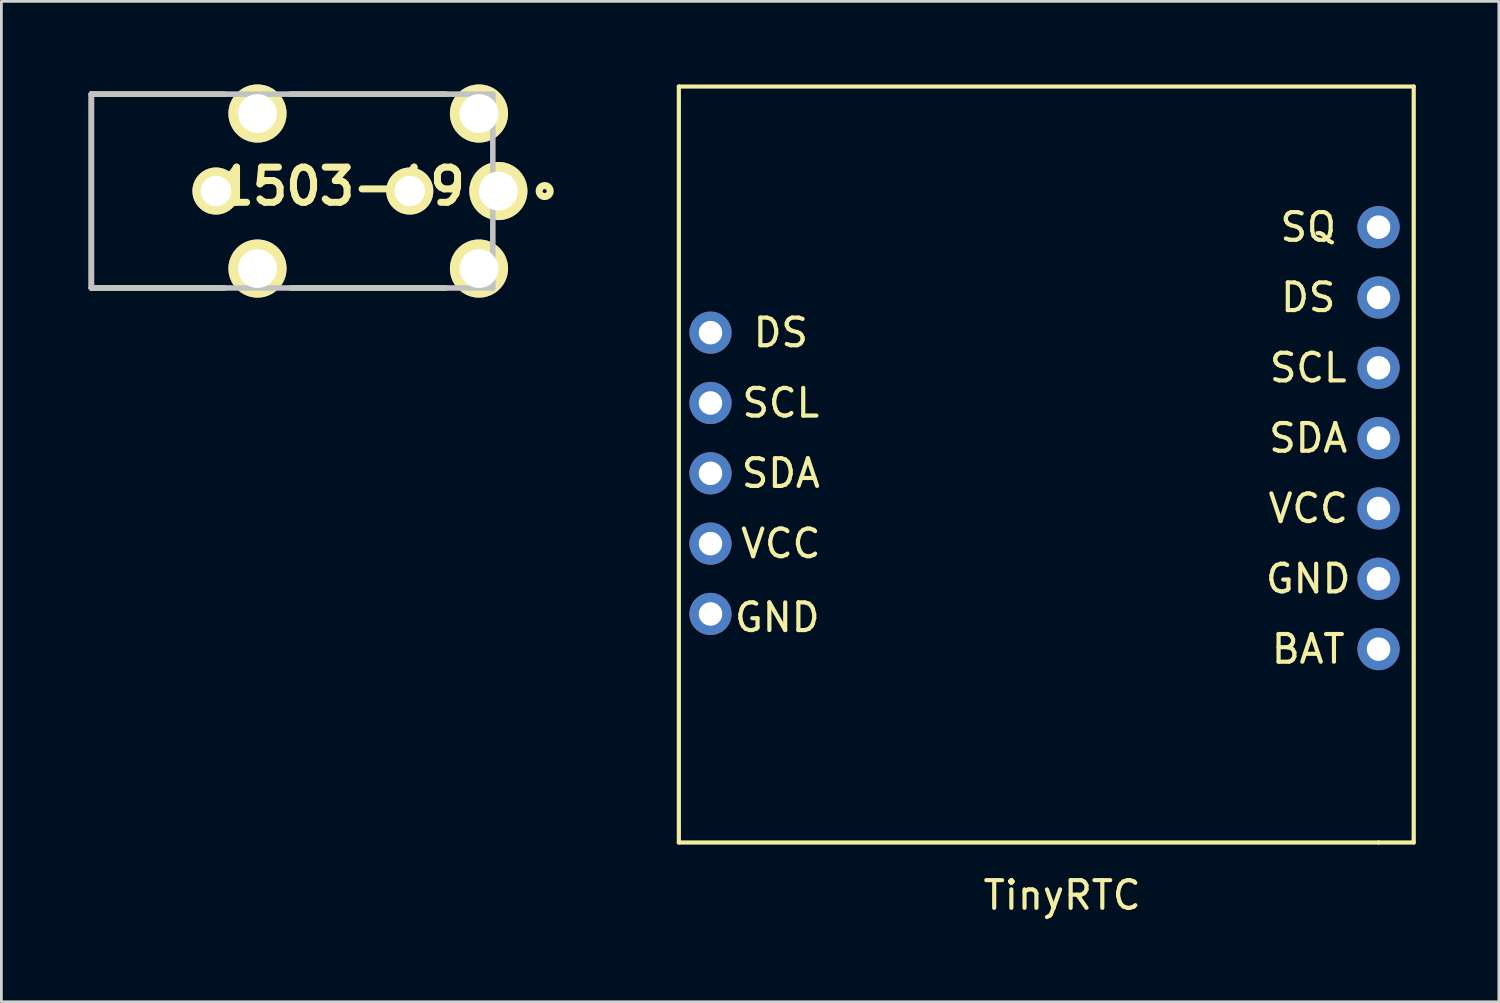
<source format=kicad_pcb>
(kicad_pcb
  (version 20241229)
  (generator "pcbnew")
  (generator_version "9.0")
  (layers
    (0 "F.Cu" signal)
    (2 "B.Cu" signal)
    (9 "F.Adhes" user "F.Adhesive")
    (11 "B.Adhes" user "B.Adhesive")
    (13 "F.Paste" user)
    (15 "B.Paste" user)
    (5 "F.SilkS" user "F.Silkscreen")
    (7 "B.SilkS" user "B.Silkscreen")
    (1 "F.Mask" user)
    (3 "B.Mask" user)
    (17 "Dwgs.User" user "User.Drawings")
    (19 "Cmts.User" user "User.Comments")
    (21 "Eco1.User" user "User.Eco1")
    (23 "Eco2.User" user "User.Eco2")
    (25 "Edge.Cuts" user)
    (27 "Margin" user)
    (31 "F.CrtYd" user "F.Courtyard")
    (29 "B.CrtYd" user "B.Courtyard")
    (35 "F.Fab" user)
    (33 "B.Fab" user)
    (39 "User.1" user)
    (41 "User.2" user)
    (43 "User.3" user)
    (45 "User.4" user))
  (footprint "TinyRTC"
    (layer "F.Cu")
    (at 20.072 6.425)
    (property "Reference" "TinyRTC" (at 15.24 22.86 0) (layer "F.SilkS") (effects (font (size 1 1) (thickness 0.15))))
    (attr through_hole)
    (fp_line (start 1.397 -6.35) (end 27.94 -6.35) (stroke (width 0.15) (type solid)) (layer "F.SilkS"))
    (fp_line (start 1.397 20.955) (end 1.397 -6.35) (stroke (width 0.15) (type solid)) (layer "F.SilkS"))
    (fp_line (start 26.67 20.955) (end 1.397 20.955) (stroke (width 0.15) (type solid)) (layer "F.SilkS"))
    (fp_line (start 27.94 -6.35) (end 27.94 20.955) (stroke (width 0.15) (type solid)) (layer "F.SilkS"))
    (fp_line (start 27.94 20.955) (end 26.67 20.955) (stroke (width 0.15) (type solid)) (layer "F.SilkS"))
    (fp_text user "SDA" (at 5.08 7.62 0) (layer "F.SilkS") (effects (font (size 1 1) (thickness 0.15))))
    (fp_text user "DS" (at 24.13 1.27 0) (layer "F.SilkS") (effects (font (size 1 1) (thickness 0.15))))
    (fp_text user "SCL" (at 24.13 3.81 0) (layer "F.SilkS") (effects (font (size 1 1) (thickness 0.15))))
    (fp_text user "VCC" (at 24.13 8.89 0) (layer "F.SilkS") (effects (font (size 1 1) (thickness 0.15))))
    (fp_text user "SCL" (at 5.08 5.08 0) (layer "F.SilkS") (effects (font (size 1 1) (thickness 0.15))))
    (fp_text user "GND" (at 24.13 11.43 0) (layer "F.SilkS") (effects (font (size 1 1) (thickness 0.15))))
    (fp_text user "DS" (at 5.08 2.54 0) (layer "F.SilkS") (effects (font (size 1 1) (thickness 0.15))))
    (fp_text user "GND" (at 4.953 12.827 0) (layer "F.SilkS") (effects (font (size 1 1) (thickness 0.15))))
    (fp_text user "SQ" (at 24.13 -1.27 0) (layer "F.SilkS") (effects (font (size 1 1) (thickness 0.15))))
    (fp_text user "SDA" (at 24.13 6.35 0) (layer "F.SilkS") (effects (font (size 1 1) (thickness 0.15))))
    (fp_text user "BAT" (at 24.13 13.97 0) (layer "F.SilkS") (effects (font (size 1 1) (thickness 0.15))))
    (fp_text user "VCC" (at 5.08 10.16 0) (layer "F.SilkS") (effects (font (size 1 1) (thickness 0.15))))
    (pad "1" thru_hole circle (at 2.54 12.7) (size 1.524 1.524) (drill 0.85) (layers "*.Cu" "*.Mask"))
    (pad "2" thru_hole circle (at 2.54 10.16) (size 1.524 1.524) (drill 0.85) (layers "*.Cu" "*.Mask"))
    (pad "3" thru_hole circle (at 2.54 7.62) (size 1.524 1.524) (drill 0.85) (layers "*.Cu" "*.Mask"))
    (pad "4" thru_hole circle (at 2.54 5.08) (size 1.524 1.524) (drill 0.85) (layers "*.Cu" "*.Mask"))
    (pad "5" thru_hole circle (at 2.54 2.54) (size 1.524 1.524) (drill 0.85) (layers "*.Cu" "*.Mask"))
    (pad "6" thru_hole circle (at 26.67 13.97) (size 1.524 1.524) (drill 0.85) (layers "*.Cu" "*.Mask"))
    (pad "7" thru_hole circle (at 26.67 11.43) (size 1.524 1.524) (drill 0.85) (layers "*.Cu" "*.Mask"))
    (pad "8" thru_hole circle (at 26.67 8.89) (size 1.524 1.524) (drill 0.85) (layers "*.Cu" "*.Mask"))
    (pad "9" thru_hole circle (at 26.67 6.35) (size 1.524 1.524) (drill 0.85) (layers "*.Cu" "*.Mask"))
    (pad "10" thru_hole circle (at 26.67 3.81) (size 1.524 1.524) (drill 0.85) (layers "*.Cu" "*.Mask"))
    (pad "11" thru_hole circle (at 26.67 1.27) (size 1.524 1.524) (drill 0.85) (layers "*.Cu" "*.Mask"))
    (pad "12" thru_hole circle (at 26.67 -1.27) (size 1.524 1.524) (drill 0.85) (layers "*.Cu" "*.Mask")))
  (footprint "1503-19"
    (layer "F.Cu")
    (at 0.25 3.85)
    (property "Reference" "1503-19" (at 9.053 -0.168 0) (layer "F.SilkS") (effects (font (size 1.27 1.27) (thickness 0.254))))
    (attr through_hole)
    (fp_line (start 0 -3.5) (end 0 3.5) (stroke (width 0.2) (type solid)) (layer "F.SilkS"))
    (fp_line (start 0 -3.5) (end 4.8 -3.5) (stroke (width 0.2) (type solid)) (layer "F.SilkS"))
    (fp_line (start 0 3.5) (end 4.8 3.5) (stroke (width 0.2) (type solid)) (layer "F.SilkS"))
    (fp_line (start 7.2 -3.5) (end 12.8 -3.5) (stroke (width 0.2) (type solid)) (layer "F.SilkS"))
    (fp_line (start 7.2 3.5) (end 12.8 3.5) (stroke (width 0.2) (type solid)) (layer "F.SilkS"))
    (fp_circle (center 16.373 0.001) (end 16.301 0.001) (stroke (width 0.254) (type solid)) (fill no) (layer "F.SilkS"))
    (fp_line (start 0 -3.5) (end 14.5 -3.5) (stroke (width 0.2) (type solid)) (layer "Dwgs.User"))
    (fp_line (start 0 3.5) (end 0 -3.5) (stroke (width 0.2) (type solid)) (layer "Dwgs.User"))
    (fp_line (start 14.5 -3.5) (end 14.5 3.5) (stroke (width 0.2) (type solid)) (layer "Dwgs.User"))
    (fp_line (start 14.5 3.5) (end 0 3.5) (stroke (width 0.2) (type solid)) (layer "Dwgs.User"))
    (pad "1" thru_hole circle (at 14.7 0 90) (size 2.1 2.1) (drill 1.4) (layers "*.Cu" "*.Mask" "F.SilkS"))
    (pad "2" thru_hole circle (at 14 -2.8 90) (size 2.1 2.1) (drill 1.4) (layers "*.Cu" "*.Mask" "F.SilkS"))
    (pad "3" thru_hole circle (at 14 2.8 90) (size 2.1 2.1) (drill 1.4) (layers "*.Cu" "*.Mask" "F.SilkS"))
    (pad "4" thru_hole circle (at 6 -2.8 90) (size 2.1 2.1) (drill 1.4) (layers "*.Cu" "*.Mask" "F.SilkS"))
    (pad "5" thru_hole circle (at 6 2.8 90) (size 2.1 2.1) (drill 1.4) (layers "*.Cu" "*.Mask" "F.SilkS"))
    (pad "6" thru_hole circle (at 11.5 0 90) (size 1.7 1.7) (drill 1.1) (layers "*.Cu" "*.Mask" "F.SilkS"))
    (pad "7" thru_hole circle (at 4.5 0 90) (size 1.7 1.7) (drill 1.1) (layers "*.Cu" "*.Mask" "F.SilkS")))
  (gr_rect
    (start -3 -3)
    (end 51.087 33.133)
    (stroke (width 0.1) (type default))
    (fill no)
    (layer "Edge.Cuts")))
</source>
